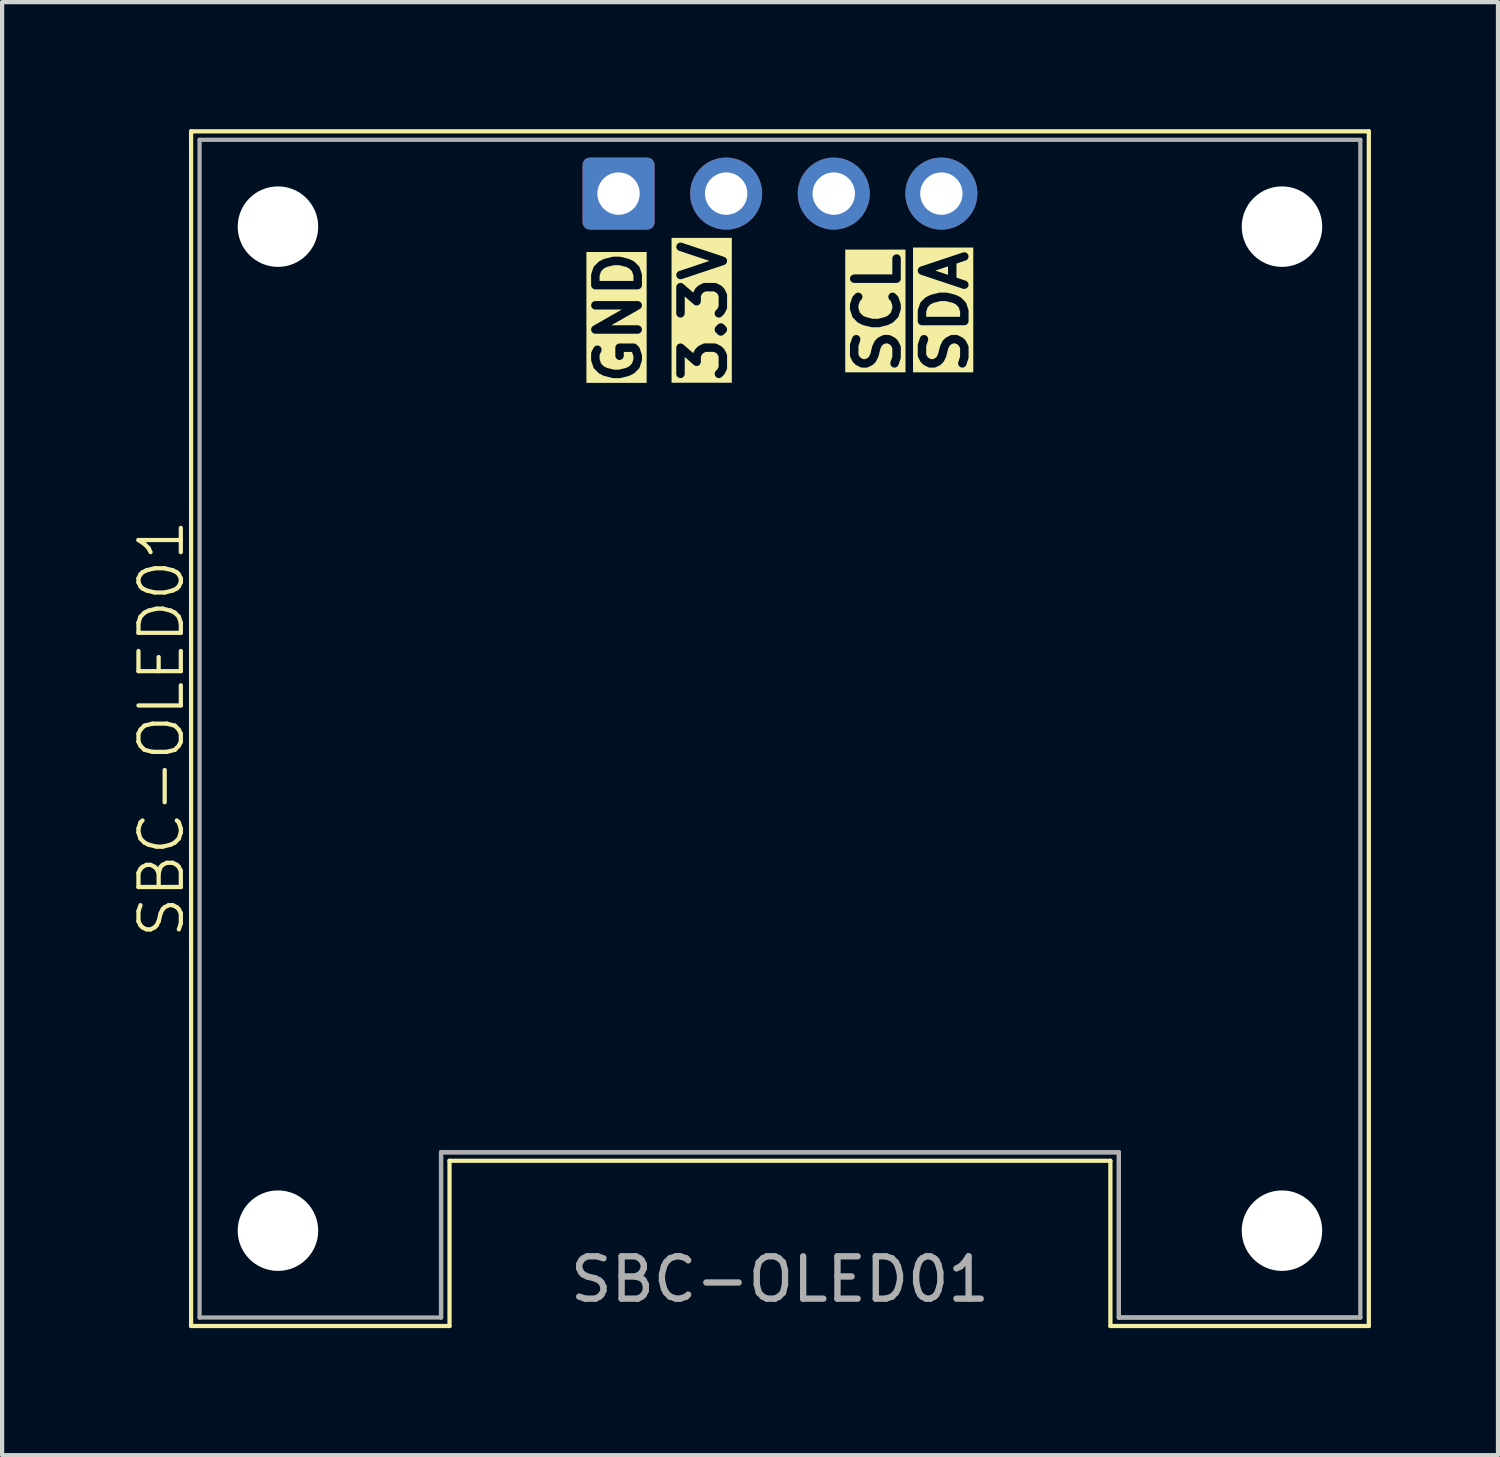
<source format=kicad_pcb>
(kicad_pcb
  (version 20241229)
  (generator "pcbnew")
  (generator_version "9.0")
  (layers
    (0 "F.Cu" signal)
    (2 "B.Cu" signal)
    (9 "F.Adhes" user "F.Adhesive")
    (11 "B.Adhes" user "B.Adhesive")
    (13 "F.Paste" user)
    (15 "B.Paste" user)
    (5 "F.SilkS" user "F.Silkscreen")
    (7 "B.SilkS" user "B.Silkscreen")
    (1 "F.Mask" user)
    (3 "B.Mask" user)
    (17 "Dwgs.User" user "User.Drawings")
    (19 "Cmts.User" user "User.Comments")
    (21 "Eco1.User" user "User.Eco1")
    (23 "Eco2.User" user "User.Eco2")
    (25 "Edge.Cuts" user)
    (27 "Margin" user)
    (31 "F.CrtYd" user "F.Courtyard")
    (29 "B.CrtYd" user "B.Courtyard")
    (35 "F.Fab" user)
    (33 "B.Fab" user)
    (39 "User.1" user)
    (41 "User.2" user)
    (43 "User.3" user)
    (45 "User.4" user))
  (footprint "SBC-OLED01"
    (layer "F.Cu")
    (at 17.061 15.15)
    (property "Reference" "SBC-OLED01" (at -16.3 -1 90) (unlocked yes) (layer "F.SilkS") (effects (font (size 1 1) (thickness 0.1))))
    (attr through_hole)
    (fp_line (start -15.6 -15.1) (end -15.6 13.1) (stroke (width 0.1) (type default)) (layer "F.SilkS"))
    (fp_line (start -15.6 -15.1) (end 12.2 -15.1) (stroke (width 0.1) (type default)) (layer "F.SilkS"))
    (fp_line (start -15.6 13.1) (end -9.5 13.1) (stroke (width 0.1) (type default)) (layer "F.SilkS"))
    (fp_line (start -9.5 9.2) (end 6.1 9.2) (stroke (width 0.1) (type default)) (layer "F.SilkS"))
    (fp_line (start -9.5 13.1) (end -9.5 9.2) (stroke (width 0.1) (type default)) (layer "F.SilkS"))
    (fp_line (start 6.1 13.1) (end 6.1 9.2) (stroke (width 0.1) (type default)) (layer "F.SilkS"))
    (fp_line (start 6.1 13.1) (end 12.2 13.1) (stroke (width 0.1) (type default)) (layer "F.SilkS"))
    (fp_line (start 12.2 13.1) (end 12.2 -15.1) (stroke (width 0.1) (type default)) (layer "F.SilkS"))
    (fp_line (start -15.4 -14.9) (end -15.4 12.9) (stroke (width 0.1) (type default)) (layer "F.Fab"))
    (fp_line (start -15.4 -14.9) (end 12 -14.9) (stroke (width 0.1) (type default)) (layer "F.Fab"))
    (fp_line (start -15.4 12.9) (end -9.7 12.9) (stroke (width 0.1) (type default)) (layer "F.Fab"))
    (fp_line (start -9.7 9) (end 6.3 9) (stroke (width 0.1) (type default)) (layer "F.Fab"))
    (fp_line (start -9.7 9) (end 6.3 9) (stroke (width 0.1) (type default)) (layer "F.Fab"))
    (fp_line (start -9.7 12.9) (end -9.7 9) (stroke (width 0.1) (type default)) (layer "F.Fab"))
    (fp_line (start -9.7 12.9) (end -9.7 9) (stroke (width 0.1) (type default)) (layer "F.Fab"))
    (fp_line (start 6.3 12.9) (end 6.3 9) (stroke (width 0.1) (type default)) (layer "F.Fab"))
    (fp_line (start 6.3 12.9) (end 6.3 9) (stroke (width 0.1) (type default)) (layer "F.Fab"))
    (fp_line (start 6.3 12.9) (end 12 12.9) (stroke (width 0.1) (type default)) (layer "F.Fab"))
    (fp_line (start 6.3 12.9) (end 12 12.9) (stroke (width 0.1) (type default)) (layer "F.Fab"))
    (fp_line (start 12 12.9) (end 12 -14.9) (stroke (width 0.1) (type default)) (layer "F.Fab"))
    (fp_text user "SCL" (at 0.6 -9.3 90) (unlocked yes) (layer "F.SilkS" knockout) (effects (font (size 1 1) (thickness 0.2) (bold yes)) (justify left)))
    (fp_text user "GND" (at -5.51 -9.052 90) (unlocked yes) (layer "F.SilkS" knockout) (effects (font (size 1 1) (thickness 0.2) (bold yes)) (justify left)))
    (fp_text user "SDA" (at 2.2 -9.3 90) (unlocked yes) (layer "F.SilkS" knockout) (effects (font (size 1 1) (thickness 0.2) (bold yes)) (justify left)))
    (fp_text user "3.3V" (at -3.5 -9.1 90) (unlocked yes) (layer "F.SilkS" knockout) (effects (font (size 1 1) (thickness 0.2) (bold yes)) (justify left)))
    (fp_text user "${REFERENCE}" (at -1.7 12 0) (unlocked yes) (layer "F.Fab") (effects (font (size 1 1) (thickness 0.15))))
    (pad "" np_thru_hole circle (at -13.55 -12.85) (size 1.9 1.9) (drill 1.9) (layers "*.Cu" "*.Mask"))
    (pad "" np_thru_hole circle (at -13.55 10.85) (size 1.9 1.9) (drill 1.9) (layers "*.Cu" "*.Mask"))
    (pad "" np_thru_hole circle (at 10.15 -12.85) (size 1.9 1.9) (drill 1.9) (layers "*.Cu" "*.Mask"))
    (pad "" np_thru_hole circle (at 10.15 10.85) (size 1.9 1.9) (drill 1.9) (layers "*.Cu" "*.Mask"))
    (pad "1" thru_hole roundrect (at -5.51 -13.63) (size 1.7 1.7) (drill 1) (layers "*.Cu" "*.Mask") (roundrect_rratio 0.1))
    (pad "2" thru_hole circle (at -2.97 -13.63) (size 1.7 1.7) (drill 1) (layers "*.Cu" "*.Mask"))
    (pad "3" thru_hole circle (at -0.43 -13.63) (size 1.7 1.7) (drill 1) (layers "*.Cu" "*.Mask"))
    (pad "4" thru_hole circle (at 2.11 -13.63) (size 1.7 1.7) (drill 1) (layers "*.Cu" "*.Mask")))
  (gr_rect
    (start -3 -3)
    (end 32.31 31.3)
    (stroke (width 0.1) (type default))
    (fill no)
    (layer "Edge.Cuts")))
</source>
